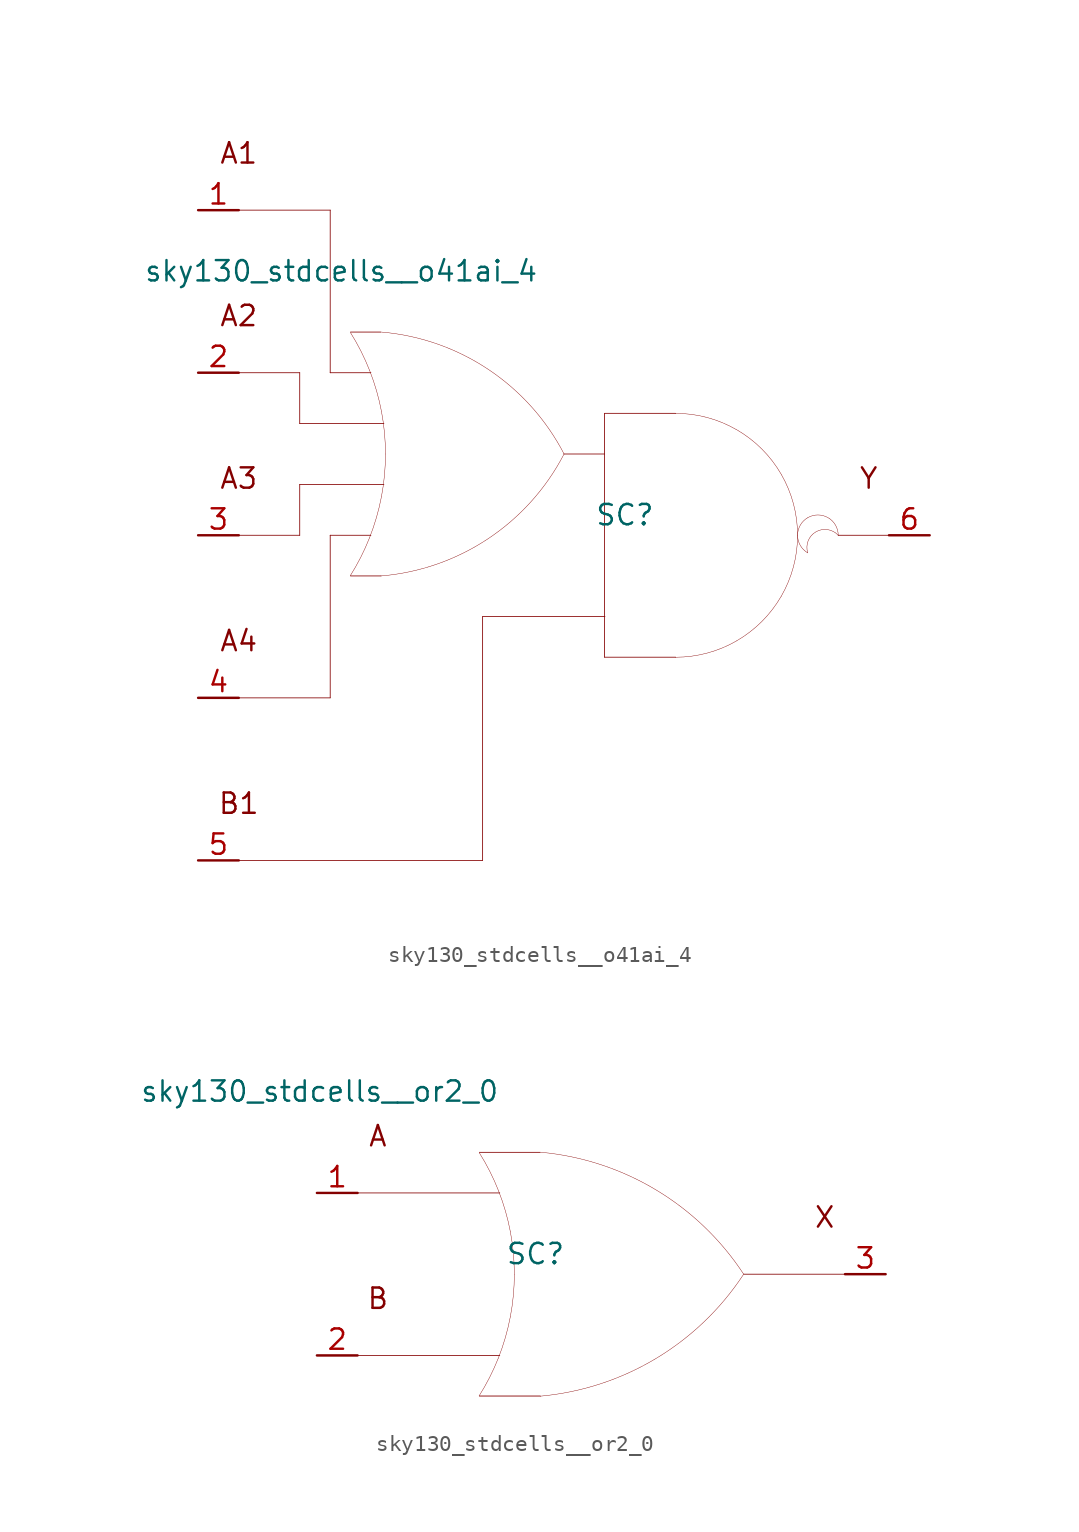
<source format=kicad_sym>
(kicad_symbol_lib
  (version 20211014)
  (generator kicad_symbol_editor)
  (symbol "sky130_stdcells__o41ai_4"
    (pin_names hide)
    (property "Reference" "SC"
      (at 3.81 1.27 0)
      (effects (font (size 1.27 1.27))))
    (property "Value" "sky130_stdcells__o41ai_4"
      (at -1.575 16.51 0)
      (effects (font (size 1.27 1.27)) (justify right)))
    (symbol "sky130_stdcells__o41ai_4_0_0"
      (arc (start -13.3555 -2.5342) (mid -12.698 -1.378) (end -12.1512 -0.1656) (stroke (width 0.0254) (type default) (color 0 0 0 0)) (fill (type none)))
      (arc (start -12.1512 -0.1656) (mid -11.7163 1.1045) (end -11.403 2.4099) (stroke (width 0.0254) (type default) (color 0 0 0 0)) (fill (type none)))
      (arc (start -12.133 10.2793) (mid -12.6812 11.5048) (end -13.3423 12.6732) (stroke (width 0.0254) (type default) (color 0 0 0 0)) (fill (type none)))
      (arc (start -11.435 -2.5431) (mid -4.741 -0.2186) (end -0.0041 5.0516) (stroke (width 0.0254) (type default) (color 0 0 0 0)) (fill (type none)))
      (arc (start -11.403 2.4099) (mid -11.2138 3.739) (end -11.1506 5.08) (stroke (width 0.0254) (type default) (color 0 0 0 0)) (fill (type none)))
      (arc (start -11.3984 7.7256) (mid -11.7061 9.0196) (end -12.133 10.2793) (stroke (width 0.0254) (type default) (color 0 0 0 0)) (fill (type none)))
      (arc (start -11.1506 5.08) (mid -11.2127 6.4086) (end -11.3984 7.7256) (stroke (width 0.0254) (type default) (color 0 0 0 0)) (fill (type none)))
      (polyline (pts (xy -20.32 -20.32) (xy -5.08 -20.32)) (stroke (width 0.051) (type default) (color 0 0 0 0)) (fill (type none)))
      (polyline (pts (xy -20.32 -10.16) (xy -14.605 -10.16)) (stroke (width 0.051) (type default) (color 0 0 0 0)) (fill (type none)))
      (polyline (pts (xy -20.32 0) (xy -16.51 0)) (stroke (width 0.051) (type default) (color 0 0 0 0)) (fill (type none)))
      (polyline (pts (xy -20.32 10.16) (xy -16.51 10.16)) (stroke (width 0.051) (type default) (color 0 0 0 0)) (fill (type none)))
      (polyline (pts (xy -20.32 20.32) (xy -14.605 20.32)) (stroke (width 0.051) (type default) (color 0 0 0 0)) (fill (type none)))
      (polyline (pts (xy -16.51 3.175) (xy -16.51 0)) (stroke (width 0.051) (type default) (color 0 0 0 0)) (fill (type none)))
      (polyline (pts (xy -16.51 3.175) (xy -11.252 3.175)) (stroke (width 0.051) (type default) (color 0 0 0 0)) (fill (type none)))
      (polyline (pts (xy -16.51 6.985) (xy -11.252 6.985)) (stroke (width 0.051) (type default) (color 0 0 0 0)) (fill (type none)))
      (polyline (pts (xy -16.51 10.16) (xy -16.51 6.985)) (stroke (width 0.051) (type default) (color 0 0 0 0)) (fill (type none)))
      (polyline (pts (xy -14.605 0) (xy -14.605 -10.16)) (stroke (width 0.051) (type default) (color 0 0 0 0)) (fill (type none)))
      (polyline (pts (xy -14.605 0) (xy -12.065 0)) (stroke (width 0.051) (type default) (color 0 0 0 0)) (fill (type none)))
      (polyline (pts (xy -14.605 10.16) (xy -12.065 10.16)) (stroke (width 0.051) (type default) (color 0 0 0 0)) (fill (type none)))
      (polyline (pts (xy -14.605 20.32) (xy -14.605 10.16)) (stroke (width 0.051) (type default) (color 0 0 0 0)) (fill (type none)))
      (polyline (pts (xy -13.335 -2.54) (xy -11.43 -2.54)) (stroke (width 0.051) (type default) (color 0 0 0 0)) (fill (type none)))
      (polyline (pts (xy -13.335 12.7) (xy -11.43 12.7)) (stroke (width 0.051) (type default) (color 0 0 0 0)) (fill (type none)))
      (polyline (pts (xy -5.08 -5.08) (xy -5.08 -20.32)) (stroke (width 0.051) (type default) (color 0 0 0 0)) (fill (type none)))
      (polyline (pts (xy -5.08 -5.08) (xy 2.565 -5.08)) (stroke (width 0.051) (type default) (color 0 0 0 0)) (fill (type none)))
      (polyline (pts (xy 0 5.08) (xy 2.54 5.08)) (stroke (width 0.051) (type default) (color 0 0 0 0)) (fill (type none)))
      (polyline (pts (xy 2.54 -7.62) (xy 6.985 -7.62)) (stroke (width 0.051) (type default) (color 0 0 0 0)) (fill (type none)))
      (polyline (pts (xy 2.54 7.62) (xy 2.54 -7.62)) (stroke (width 0.051) (type default) (color 0 0 0 0)) (fill (type none)))
      (polyline (pts (xy 2.54 7.62) (xy 6.985 7.62)) (stroke (width 0.051) (type default) (color 0 0 0 0)) (fill (type none)))
      (polyline (pts (xy 17.145 0) (xy 20.32 0)) (stroke (width 0.051) (type default) (color 0 0 0 0)) (fill (type none)))
      (arc (start 0.0187 5.0644) (mid -4.6998 10.351) (end -11.3856 12.6989) (stroke (width 0.0254) (type default) (color 0 0 0 0)) (fill (type none)))
      (arc (start 6.985 -7.62) (mid 8.9572 -7.3604) (end 10.795 -6.5991) (stroke (width 0.0254) (type default) (color 0 0 0 0)) (fill (type none)))
      (arc (start 10.795 -6.5991) (mid 12.3731 -5.3881) (end 13.5841 -3.81) (stroke (width 0.0254) (type default) (color 0 0 0 0)) (fill (type none)))
      (arc (start 10.795 6.5991) (mid 8.9572 7.3603) (end 6.985 7.62) (stroke (width 0.0254) (type default) (color 0 0 0 0)) (fill (type none)))
      (arc (start 13.5841 -3.81) (mid 14.3453 -1.9722) (end 14.605 0) (stroke (width 0.0254) (type default) (color 0 0 0 0)) (fill (type none)))
      (arc (start 13.5841 3.81) (mid 12.3731 5.3881) (end 10.795 6.5991) (stroke (width 0.0254) (type default) (color 0 0 0 0)) (fill (type none)))
      (arc (start 14.605 0) (mid 14.3454 1.9722) (end 13.5841 3.81) (stroke (width 0.0254) (type default) (color 0 0 0 0)) (fill (type none)))
      (arc (start 15.24 1.0999) (mid 14.605 0) (end 15.24 -1.0999) (stroke (width 0.0254) (type default) (color 0 0 0 0)) (fill (type none)))
      (arc (start 17.145 0) (mid 15.2881 0.4743) (end 15.24 -1.0999) (stroke (width 0.0254) (type default) (color 0 0 0 0)) (fill (type none)))
      (arc (start 17.145 0) (mid 16.51 1.0998) (end 15.24 1.0999) (stroke (width 0.0254) (type default) (color 0 0 0 0)) (fill (type none)))
      (text "A1" (at -20.32 23.876 0) (effects (font (size 1.27 1.27))))
      (text "A2" (at -20.32 13.716 0) (effects (font (size 1.27 1.27))))
      (text "A3" (at -20.32 3.556 0) (effects (font (size 1.27 1.27))))
      (text "A4" (at -20.32 -6.604 0) (effects (font (size 1.27 1.27))))
      (text "B1" (at -20.32 -16.764 0) (effects (font (size 1.27 1.27))))
      (text "Y" (at 19.05 3.556 0) (effects (font (size 1.27 1.27)))))
    (symbol "sky130_stdcells__o41ai_4_1_1"
      (pin input line (at -22.86 20.32 0) (length 2.54) (name "A1" (effects (font (size 1.092 1.092)))) (number "1" (effects (font (size 1.27 1.27)))))
      (pin input line (at -22.86 10.16 0) (length 2.54) (name "A2" (effects (font (size 1.092 1.092)))) (number "2" (effects (font (size 1.27 1.27)))))
      (pin input line (at -22.86 0 0) (length 2.54) (name "A3" (effects (font (size 1.092 1.092)))) (number "3" (effects (font (size 1.27 1.27)))))
      (pin input line (at -22.86 -10.16 0) (length 2.54) (name "A4" (effects (font (size 1.092 1.092)))) (number "4" (effects (font (size 1.27 1.27)))))
      (pin input line (at -22.86 -20.32 0) (length 2.54) (name "B1" (effects (font (size 1.092 1.092)))) (number "5" (effects (font (size 1.27 1.27)))))
      (pin output line (at 22.86 0 180) (length 2.54) (name "Y" (effects (font (size 1.092 1.092)))) (number "6" (effects (font (size 1.27 1.27)))))))
  (symbol "sky130_stdcells__or2_0"
    (pin_names hide)
    (property "Reference" "SC"
      (at -4.115 1.27 0)
      (effects (font (size 1.27 1.27))))
    (property "Value" "sky130_stdcells__or2_0"
      (at -6.35 11.43 0)
      (effects (font (size 1.27 1.27)) (justify right)))
    (symbol "sky130_stdcells__or2_0_0_0"
      (arc (start -7.6405 -7.6142) (mid -6.983 -6.458) (end -6.4362 -5.2456) (stroke (width 0.0254) (type default) (color 0 0 0 0)) (fill (type none)))
      (arc (start -6.4362 -5.2456) (mid -6.0013 -3.9755) (end -5.688 -2.6701) (stroke (width 0.0254) (type default) (color 0 0 0 0)) (fill (type none)))
      (arc (start -6.418 5.1993) (mid -6.9662 6.4248) (end -7.6273 7.5932) (stroke (width 0.0254) (type default) (color 0 0 0 0)) (fill (type none)))
      (arc (start -5.688 -2.6701) (mid -5.4988 -1.341) (end -5.4356 0) (stroke (width 0.0254) (type default) (color 0 0 0 0)) (fill (type none)))
      (arc (start -5.6834 2.6456) (mid -5.9911 3.9396) (end -6.418 5.1993) (stroke (width 0.0254) (type default) (color 0 0 0 0)) (fill (type none)))
      (arc (start -5.4356 0) (mid -5.4977 1.3286) (end -5.6834 2.6456) (stroke (width 0.0254) (type default) (color 0 0 0 0)) (fill (type none)))
      (arc (start -3.8212 -7.6288) (mid 3.3927 -5.2884) (end 8.8734 -0.0463) (stroke (width 0.0254) (type default) (color 0 0 0 0)) (fill (type none)))
      (polyline (pts (xy -15.24 -5.08) (xy -6.35 -5.08)) (stroke (width 0.051) (type default) (color 0 0 0 0)) (fill (type none)))
      (polyline (pts (xy -15.24 5.08) (xy -6.35 5.08)) (stroke (width 0.051) (type default) (color 0 0 0 0)) (fill (type none)))
      (polyline (pts (xy -7.62 -7.62) (xy -3.81 -7.62)) (stroke (width 0.051) (type default) (color 0 0 0 0)) (fill (type none)))
      (polyline (pts (xy -7.62 7.62) (xy -3.81 7.62)) (stroke (width 0.051) (type default) (color 0 0 0 0)) (fill (type none)))
      (polyline (pts (xy 8.89 0) (xy 15.24 0)) (stroke (width 0.051) (type default) (color 0 0 0 0)) (fill (type none)))
      (arc (start 8.9061 -0.0034) (mid 3.4437 5.2578) (end -3.762 7.6234) (stroke (width 0.0254) (type default) (color 0 0 0 0)) (fill (type none)))
      (text "A" (at -13.97 8.636 0) (effects (font (size 1.27 1.27))))
      (text "B" (at -13.97 -1.524 0) (effects (font (size 1.27 1.27))))
      (text "X" (at 13.97 3.556 0) (effects (font (size 1.27 1.27)))))
    (symbol "sky130_stdcells__or2_0_1_1"
      (pin input line (at -17.78 5.08 0) (length 2.54) (name "A" (effects (font (size 1.092 1.092)))) (number "1" (effects (font (size 1.27 1.27)))))
      (pin input line (at -17.78 -5.08 0) (length 2.54) (name "B" (effects (font (size 1.092 1.092)))) (number "2" (effects (font (size 1.27 1.27)))))
      (pin output line (at 17.78 0 180) (length 2.54) (name "X" (effects (font (size 1.092 1.092)))) (number "3" (effects (font (size 1.27 1.27))))))))
</source>
